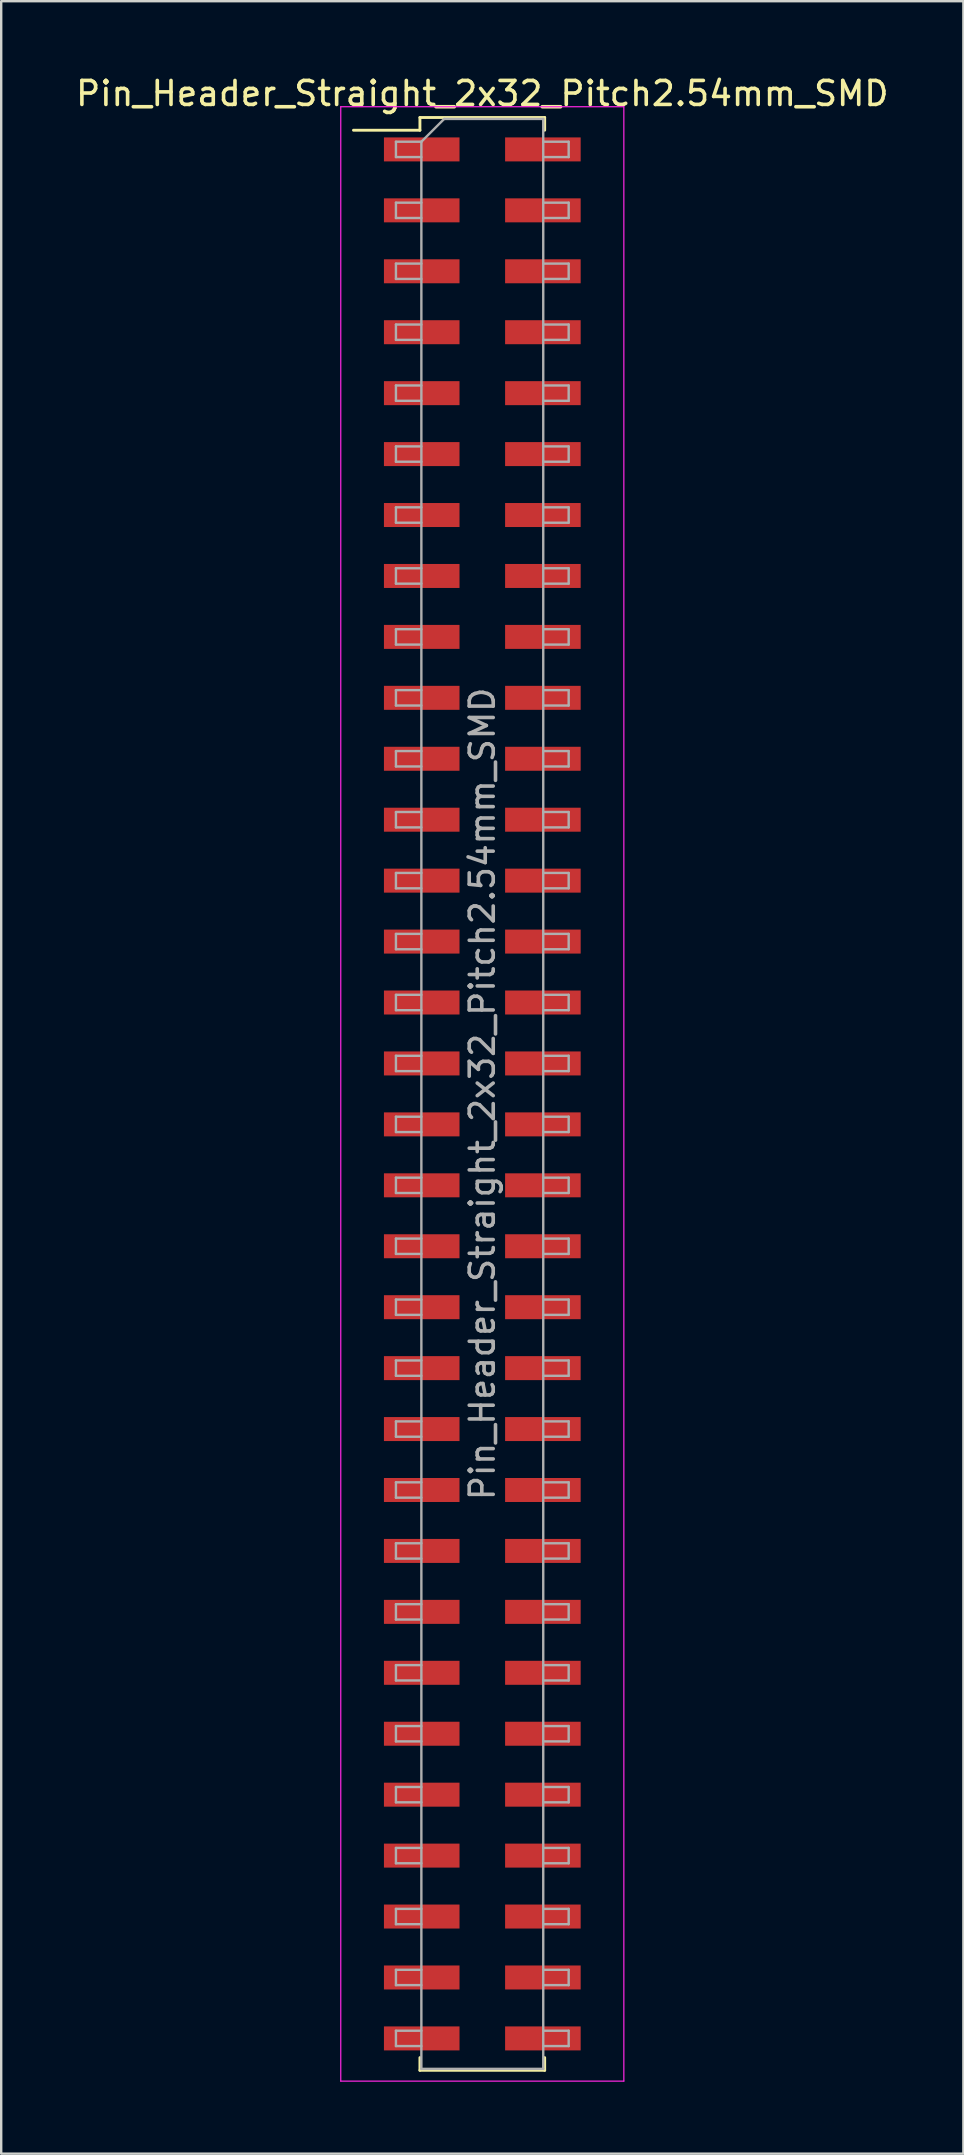
<source format=kicad_pcb>
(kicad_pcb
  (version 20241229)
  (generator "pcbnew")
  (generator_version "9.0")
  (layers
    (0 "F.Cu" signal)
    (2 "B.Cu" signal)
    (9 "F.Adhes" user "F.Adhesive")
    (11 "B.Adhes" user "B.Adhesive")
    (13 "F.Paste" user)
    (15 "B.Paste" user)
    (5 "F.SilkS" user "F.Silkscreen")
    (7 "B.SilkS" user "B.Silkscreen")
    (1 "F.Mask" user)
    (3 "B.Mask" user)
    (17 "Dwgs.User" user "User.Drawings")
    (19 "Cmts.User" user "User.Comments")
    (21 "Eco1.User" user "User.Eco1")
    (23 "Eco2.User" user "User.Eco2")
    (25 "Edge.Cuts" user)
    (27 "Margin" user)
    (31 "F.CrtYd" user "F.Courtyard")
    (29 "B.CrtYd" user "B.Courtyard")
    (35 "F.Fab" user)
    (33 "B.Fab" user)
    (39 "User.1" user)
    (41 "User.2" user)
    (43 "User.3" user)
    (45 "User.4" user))
  (footprint "Pin_Header_Straight_2x32_Pitch2.54mm_SMD"
    (layer "F.Cu")
    (at 17.054 42.548)
    (property "Reference" "Pin_Header_Straight_2x32_Pitch2.54mm_SMD" (at 0 -41.7 0) (layer "F.SilkS") (effects (font (size 1 1) (thickness 0.15))))
    (attr smd)
    (fp_line (start -5.37 -40.17) (end -2.6 -40.17) (stroke (width 0.12) (type solid)) (layer "F.SilkS"))
    (fp_line (start -2.6 -40.7) (end 2.6 -40.7) (stroke (width 0.12) (type solid)) (layer "F.SilkS"))
    (fp_line (start -2.6 -40.17) (end -2.6 -40.7) (stroke (width 0.12) (type solid)) (layer "F.SilkS"))
    (fp_line (start -2.6 40.17) (end -2.6 40.7) (stroke (width 0.12) (type solid)) (layer "F.SilkS"))
    (fp_line (start -2.6 40.7) (end 2.6 40.7) (stroke (width 0.12) (type solid)) (layer "F.SilkS"))
    (fp_line (start 2.6 -40.7) (end 2.6 -40.17) (stroke (width 0.12) (type solid)) (layer "F.SilkS"))
    (fp_line (start 2.6 40.7) (end 2.6 40.17) (stroke (width 0.12) (type solid)) (layer "F.SilkS"))
    (fp_line (start -5.9 -41.15) (end -5.9 41.15) (stroke (width 0.05) (type solid)) (layer "F.CrtYd"))
    (fp_line (start -5.9 41.15) (end 5.9 41.15) (stroke (width 0.05) (type solid)) (layer "F.CrtYd"))
    (fp_line (start 5.9 -41.15) (end -5.9 -41.15) (stroke (width 0.05) (type solid)) (layer "F.CrtYd"))
    (fp_line (start 5.9 41.15) (end 5.9 -41.15) (stroke (width 0.05) (type solid)) (layer "F.CrtYd"))
    (fp_line (start -3.6 -39.69) (end -3.6 -39.05) (stroke (width 0.1) (type solid)) (layer "F.Fab"))
    (fp_line (start -3.6 -39.05) (end -2.54 -39.05) (stroke (width 0.1) (type solid)) (layer "F.Fab"))
    (fp_line (start -3.6 -37.15) (end -3.6 -36.51) (stroke (width 0.1) (type solid)) (layer "F.Fab"))
    (fp_line (start -3.6 -36.51) (end -2.54 -36.51) (stroke (width 0.1) (type solid)) (layer "F.Fab"))
    (fp_line (start -3.6 -34.61) (end -3.6 -33.97) (stroke (width 0.1) (type solid)) (layer "F.Fab"))
    (fp_line (start -3.6 -33.97) (end -2.54 -33.97) (stroke (width 0.1) (type solid)) (layer "F.Fab"))
    (fp_line (start -3.6 -32.07) (end -3.6 -31.43) (stroke (width 0.1) (type solid)) (layer "F.Fab"))
    (fp_line (start -3.6 -31.43) (end -2.54 -31.43) (stroke (width 0.1) (type solid)) (layer "F.Fab"))
    (fp_line (start -3.6 -29.53) (end -3.6 -28.89) (stroke (width 0.1) (type solid)) (layer "F.Fab"))
    (fp_line (start -3.6 -28.89) (end -2.54 -28.89) (stroke (width 0.1) (type solid)) (layer "F.Fab"))
    (fp_line (start -3.6 -26.99) (end -3.6 -26.35) (stroke (width 0.1) (type solid)) (layer "F.Fab"))
    (fp_line (start -3.6 -26.35) (end -2.54 -26.35) (stroke (width 0.1) (type solid)) (layer "F.Fab"))
    (fp_line (start -3.6 -24.45) (end -3.6 -23.81) (stroke (width 0.1) (type solid)) (layer "F.Fab"))
    (fp_line (start -3.6 -23.81) (end -2.54 -23.81) (stroke (width 0.1) (type solid)) (layer "F.Fab"))
    (fp_line (start -3.6 -21.91) (end -3.6 -21.27) (stroke (width 0.1) (type solid)) (layer "F.Fab"))
    (fp_line (start -3.6 -21.27) (end -2.54 -21.27) (stroke (width 0.1) (type solid)) (layer "F.Fab"))
    (fp_line (start -3.6 -19.37) (end -3.6 -18.73) (stroke (width 0.1) (type solid)) (layer "F.Fab"))
    (fp_line (start -3.6 -18.73) (end -2.54 -18.73) (stroke (width 0.1) (type solid)) (layer "F.Fab"))
    (fp_line (start -3.6 -16.83) (end -3.6 -16.19) (stroke (width 0.1) (type solid)) (layer "F.Fab"))
    (fp_line (start -3.6 -16.19) (end -2.54 -16.19) (stroke (width 0.1) (type solid)) (layer "F.Fab"))
    (fp_line (start -3.6 -14.29) (end -3.6 -13.65) (stroke (width 0.1) (type solid)) (layer "F.Fab"))
    (fp_line (start -3.6 -13.65) (end -2.54 -13.65) (stroke (width 0.1) (type solid)) (layer "F.Fab"))
    (fp_line (start -3.6 -11.75) (end -3.6 -11.11) (stroke (width 0.1) (type solid)) (layer "F.Fab"))
    (fp_line (start -3.6 -11.11) (end -2.54 -11.11) (stroke (width 0.1) (type solid)) (layer "F.Fab"))
    (fp_line (start -3.6 -9.21) (end -3.6 -8.57) (stroke (width 0.1) (type solid)) (layer "F.Fab"))
    (fp_line (start -3.6 -8.57) (end -2.54 -8.57) (stroke (width 0.1) (type solid)) (layer "F.Fab"))
    (fp_line (start -3.6 -6.67) (end -3.6 -6.03) (stroke (width 0.1) (type solid)) (layer "F.Fab"))
    (fp_line (start -3.6 -6.03) (end -2.54 -6.03) (stroke (width 0.1) (type solid)) (layer "F.Fab"))
    (fp_line (start -3.6 -4.13) (end -3.6 -3.49) (stroke (width 0.1) (type solid)) (layer "F.Fab"))
    (fp_line (start -3.6 -3.49) (end -2.54 -3.49) (stroke (width 0.1) (type solid)) (layer "F.Fab"))
    (fp_line (start -3.6 -1.59) (end -3.6 -0.95) (stroke (width 0.1) (type solid)) (layer "F.Fab"))
    (fp_line (start -3.6 -0.95) (end -2.54 -0.95) (stroke (width 0.1) (type solid)) (layer "F.Fab"))
    (fp_line (start -3.6 0.95) (end -3.6 1.59) (stroke (width 0.1) (type solid)) (layer "F.Fab"))
    (fp_line (start -3.6 1.59) (end -2.54 1.59) (stroke (width 0.1) (type solid)) (layer "F.Fab"))
    (fp_line (start -3.6 3.49) (end -3.6 4.13) (stroke (width 0.1) (type solid)) (layer "F.Fab"))
    (fp_line (start -3.6 4.13) (end -2.54 4.13) (stroke (width 0.1) (type solid)) (layer "F.Fab"))
    (fp_line (start -3.6 6.03) (end -3.6 6.67) (stroke (width 0.1) (type solid)) (layer "F.Fab"))
    (fp_line (start -3.6 6.67) (end -2.54 6.67) (stroke (width 0.1) (type solid)) (layer "F.Fab"))
    (fp_line (start -3.6 8.57) (end -3.6 9.21) (stroke (width 0.1) (type solid)) (layer "F.Fab"))
    (fp_line (start -3.6 9.21) (end -2.54 9.21) (stroke (width 0.1) (type solid)) (layer "F.Fab"))
    (fp_line (start -3.6 11.11) (end -3.6 11.75) (stroke (width 0.1) (type solid)) (layer "F.Fab"))
    (fp_line (start -3.6 11.75) (end -2.54 11.75) (stroke (width 0.1) (type solid)) (layer "F.Fab"))
    (fp_line (start -3.6 13.65) (end -3.6 14.29) (stroke (width 0.1) (type solid)) (layer "F.Fab"))
    (fp_line (start -3.6 14.29) (end -2.54 14.29) (stroke (width 0.1) (type solid)) (layer "F.Fab"))
    (fp_line (start -3.6 16.19) (end -3.6 16.83) (stroke (width 0.1) (type solid)) (layer "F.Fab"))
    (fp_line (start -3.6 16.83) (end -2.54 16.83) (stroke (width 0.1) (type solid)) (layer "F.Fab"))
    (fp_line (start -3.6 18.73) (end -3.6 19.37) (stroke (width 0.1) (type solid)) (layer "F.Fab"))
    (fp_line (start -3.6 19.37) (end -2.54 19.37) (stroke (width 0.1) (type solid)) (layer "F.Fab"))
    (fp_line (start -3.6 21.27) (end -3.6 21.91) (stroke (width 0.1) (type solid)) (layer "F.Fab"))
    (fp_line (start -3.6 21.91) (end -2.54 21.91) (stroke (width 0.1) (type solid)) (layer "F.Fab"))
    (fp_line (start -3.6 23.81) (end -3.6 24.45) (stroke (width 0.1) (type solid)) (layer "F.Fab"))
    (fp_line (start -3.6 24.45) (end -2.54 24.45) (stroke (width 0.1) (type solid)) (layer "F.Fab"))
    (fp_line (start -3.6 26.35) (end -3.6 26.99) (stroke (width 0.1) (type solid)) (layer "F.Fab"))
    (fp_line (start -3.6 26.99) (end -2.54 26.99) (stroke (width 0.1) (type solid)) (layer "F.Fab"))
    (fp_line (start -3.6 28.89) (end -3.6 29.53) (stroke (width 0.1) (type solid)) (layer "F.Fab"))
    (fp_line (start -3.6 29.53) (end -2.54 29.53) (stroke (width 0.1) (type solid)) (layer "F.Fab"))
    (fp_line (start -3.6 31.43) (end -3.6 32.07) (stroke (width 0.1) (type solid)) (layer "F.Fab"))
    (fp_line (start -3.6 32.07) (end -2.54 32.07) (stroke (width 0.1) (type solid)) (layer "F.Fab"))
    (fp_line (start -3.6 33.97) (end -3.6 34.61) (stroke (width 0.1) (type solid)) (layer "F.Fab"))
    (fp_line (start -3.6 34.61) (end -2.54 34.61) (stroke (width 0.1) (type solid)) (layer "F.Fab"))
    (fp_line (start -3.6 36.51) (end -3.6 37.15) (stroke (width 0.1) (type solid)) (layer "F.Fab"))
    (fp_line (start -3.6 37.15) (end -2.54 37.15) (stroke (width 0.1) (type solid)) (layer "F.Fab"))
    (fp_line (start -3.6 39.05) (end -3.6 39.69) (stroke (width 0.1) (type solid)) (layer "F.Fab"))
    (fp_line (start -3.6 39.69) (end -2.54 39.69) (stroke (width 0.1) (type solid)) (layer "F.Fab"))
    (fp_line (start -2.54 -39.69) (end -3.6 -39.69) (stroke (width 0.1) (type solid)) (layer "F.Fab"))
    (fp_line (start -2.54 -39.69) (end -1.59 -40.64) (stroke (width 0.1) (type solid)) (layer "F.Fab"))
    (fp_line (start -2.54 -37.15) (end -3.6 -37.15) (stroke (width 0.1) (type solid)) (layer "F.Fab"))
    (fp_line (start -2.54 -34.61) (end -3.6 -34.61) (stroke (width 0.1) (type solid)) (layer "F.Fab"))
    (fp_line (start -2.54 -32.07) (end -3.6 -32.07) (stroke (width 0.1) (type solid)) (layer "F.Fab"))
    (fp_line (start -2.54 -29.53) (end -3.6 -29.53) (stroke (width 0.1) (type solid)) (layer "F.Fab"))
    (fp_line (start -2.54 -26.99) (end -3.6 -26.99) (stroke (width 0.1) (type solid)) (layer "F.Fab"))
    (fp_line (start -2.54 -24.45) (end -3.6 -24.45) (stroke (width 0.1) (type solid)) (layer "F.Fab"))
    (fp_line (start -2.54 -21.91) (end -3.6 -21.91) (stroke (width 0.1) (type solid)) (layer "F.Fab"))
    (fp_line (start -2.54 -19.37) (end -3.6 -19.37) (stroke (width 0.1) (type solid)) (layer "F.Fab"))
    (fp_line (start -2.54 -16.83) (end -3.6 -16.83) (stroke (width 0.1) (type solid)) (layer "F.Fab"))
    (fp_line (start -2.54 -14.29) (end -3.6 -14.29) (stroke (width 0.1) (type solid)) (layer "F.Fab"))
    (fp_line (start -2.54 -11.75) (end -3.6 -11.75) (stroke (width 0.1) (type solid)) (layer "F.Fab"))
    (fp_line (start -2.54 -9.21) (end -3.6 -9.21) (stroke (width 0.1) (type solid)) (layer "F.Fab"))
    (fp_line (start -2.54 -6.67) (end -3.6 -6.67) (stroke (width 0.1) (type solid)) (layer "F.Fab"))
    (fp_line (start -2.54 -4.13) (end -3.6 -4.13) (stroke (width 0.1) (type solid)) (layer "F.Fab"))
    (fp_line (start -2.54 -1.59) (end -3.6 -1.59) (stroke (width 0.1) (type solid)) (layer "F.Fab"))
    (fp_line (start -2.54 0.95) (end -3.6 0.95) (stroke (width 0.1) (type solid)) (layer "F.Fab"))
    (fp_line (start -2.54 3.49) (end -3.6 3.49) (stroke (width 0.1) (type solid)) (layer "F.Fab"))
    (fp_line (start -2.54 6.03) (end -3.6 6.03) (stroke (width 0.1) (type solid)) (layer "F.Fab"))
    (fp_line (start -2.54 8.57) (end -3.6 8.57) (stroke (width 0.1) (type solid)) (layer "F.Fab"))
    (fp_line (start -2.54 11.11) (end -3.6 11.11) (stroke (width 0.1) (type solid)) (layer "F.Fab"))
    (fp_line (start -2.54 13.65) (end -3.6 13.65) (stroke (width 0.1) (type solid)) (layer "F.Fab"))
    (fp_line (start -2.54 16.19) (end -3.6 16.19) (stroke (width 0.1) (type solid)) (layer "F.Fab"))
    (fp_line (start -2.54 18.73) (end -3.6 18.73) (stroke (width 0.1) (type solid)) (layer "F.Fab"))
    (fp_line (start -2.54 21.27) (end -3.6 21.27) (stroke (width 0.1) (type solid)) (layer "F.Fab"))
    (fp_line (start -2.54 23.81) (end -3.6 23.81) (stroke (width 0.1) (type solid)) (layer "F.Fab"))
    (fp_line (start -2.54 26.35) (end -3.6 26.35) (stroke (width 0.1) (type solid)) (layer "F.Fab"))
    (fp_line (start -2.54 28.89) (end -3.6 28.89) (stroke (width 0.1) (type solid)) (layer "F.Fab"))
    (fp_line (start -2.54 31.43) (end -3.6 31.43) (stroke (width 0.1) (type solid)) (layer "F.Fab"))
    (fp_line (start -2.54 33.97) (end -3.6 33.97) (stroke (width 0.1) (type solid)) (layer "F.Fab"))
    (fp_line (start -2.54 36.51) (end -3.6 36.51) (stroke (width 0.1) (type solid)) (layer "F.Fab"))
    (fp_line (start -2.54 39.05) (end -3.6 39.05) (stroke (width 0.1) (type solid)) (layer "F.Fab"))
    (fp_line (start -2.54 40.64) (end -2.54 -39.69) (stroke (width 0.1) (type solid)) (layer "F.Fab"))
    (fp_line (start -1.59 -40.64) (end 2.54 -40.64) (stroke (width 0.1) (type solid)) (layer "F.Fab"))
    (fp_line (start 2.54 -40.64) (end 2.54 40.64) (stroke (width 0.1) (type solid)) (layer "F.Fab"))
    (fp_line (start 2.54 -39.69) (end 3.6 -39.69) (stroke (width 0.1) (type solid)) (layer "F.Fab"))
    (fp_line (start 2.54 -37.15) (end 3.6 -37.15) (stroke (width 0.1) (type solid)) (layer "F.Fab"))
    (fp_line (start 2.54 -34.61) (end 3.6 -34.61) (stroke (width 0.1) (type solid)) (layer "F.Fab"))
    (fp_line (start 2.54 -32.07) (end 3.6 -32.07) (stroke (width 0.1) (type solid)) (layer "F.Fab"))
    (fp_line (start 2.54 -29.53) (end 3.6 -29.53) (stroke (width 0.1) (type solid)) (layer "F.Fab"))
    (fp_line (start 2.54 -26.99) (end 3.6 -26.99) (stroke (width 0.1) (type solid)) (layer "F.Fab"))
    (fp_line (start 2.54 -24.45) (end 3.6 -24.45) (stroke (width 0.1) (type solid)) (layer "F.Fab"))
    (fp_line (start 2.54 -21.91) (end 3.6 -21.91) (stroke (width 0.1) (type solid)) (layer "F.Fab"))
    (fp_line (start 2.54 -19.37) (end 3.6 -19.37) (stroke (width 0.1) (type solid)) (layer "F.Fab"))
    (fp_line (start 2.54 -16.83) (end 3.6 -16.83) (stroke (width 0.1) (type solid)) (layer "F.Fab"))
    (fp_line (start 2.54 -14.29) (end 3.6 -14.29) (stroke (width 0.1) (type solid)) (layer "F.Fab"))
    (fp_line (start 2.54 -11.75) (end 3.6 -11.75) (stroke (width 0.1) (type solid)) (layer "F.Fab"))
    (fp_line (start 2.54 -9.21) (end 3.6 -9.21) (stroke (width 0.1) (type solid)) (layer "F.Fab"))
    (fp_line (start 2.54 -6.67) (end 3.6 -6.67) (stroke (width 0.1) (type solid)) (layer "F.Fab"))
    (fp_line (start 2.54 -4.13) (end 3.6 -4.13) (stroke (width 0.1) (type solid)) (layer "F.Fab"))
    (fp_line (start 2.54 -1.59) (end 3.6 -1.59) (stroke (width 0.1) (type solid)) (layer "F.Fab"))
    (fp_line (start 2.54 0.95) (end 3.6 0.95) (stroke (width 0.1) (type solid)) (layer "F.Fab"))
    (fp_line (start 2.54 3.49) (end 3.6 3.49) (stroke (width 0.1) (type solid)) (layer "F.Fab"))
    (fp_line (start 2.54 6.03) (end 3.6 6.03) (stroke (width 0.1) (type solid)) (layer "F.Fab"))
    (fp_line (start 2.54 8.57) (end 3.6 8.57) (stroke (width 0.1) (type solid)) (layer "F.Fab"))
    (fp_line (start 2.54 11.11) (end 3.6 11.11) (stroke (width 0.1) (type solid)) (layer "F.Fab"))
    (fp_line (start 2.54 13.65) (end 3.6 13.65) (stroke (width 0.1) (type solid)) (layer "F.Fab"))
    (fp_line (start 2.54 16.19) (end 3.6 16.19) (stroke (width 0.1) (type solid)) (layer "F.Fab"))
    (fp_line (start 2.54 18.73) (end 3.6 18.73) (stroke (width 0.1) (type solid)) (layer "F.Fab"))
    (fp_line (start 2.54 21.27) (end 3.6 21.27) (stroke (width 0.1) (type solid)) (layer "F.Fab"))
    (fp_line (start 2.54 23.81) (end 3.6 23.81) (stroke (width 0.1) (type solid)) (layer "F.Fab"))
    (fp_line (start 2.54 26.35) (end 3.6 26.35) (stroke (width 0.1) (type solid)) (layer "F.Fab"))
    (fp_line (start 2.54 28.89) (end 3.6 28.89) (stroke (width 0.1) (type solid)) (layer "F.Fab"))
    (fp_line (start 2.54 31.43) (end 3.6 31.43) (stroke (width 0.1) (type solid)) (layer "F.Fab"))
    (fp_line (start 2.54 33.97) (end 3.6 33.97) (stroke (width 0.1) (type solid)) (layer "F.Fab"))
    (fp_line (start 2.54 36.51) (end 3.6 36.51) (stroke (width 0.1) (type solid)) (layer "F.Fab"))
    (fp_line (start 2.54 39.05) (end 3.6 39.05) (stroke (width 0.1) (type solid)) (layer "F.Fab"))
    (fp_line (start 2.54 40.64) (end -2.54 40.64) (stroke (width 0.1) (type solid)) (layer "F.Fab"))
    (fp_line (start 3.6 -39.69) (end 3.6 -39.05) (stroke (width 0.1) (type solid)) (layer "F.Fab"))
    (fp_line (start 3.6 -39.05) (end 2.54 -39.05) (stroke (width 0.1) (type solid)) (layer "F.Fab"))
    (fp_line (start 3.6 -37.15) (end 3.6 -36.51) (stroke (width 0.1) (type solid)) (layer "F.Fab"))
    (fp_line (start 3.6 -36.51) (end 2.54 -36.51) (stroke (width 0.1) (type solid)) (layer "F.Fab"))
    (fp_line (start 3.6 -34.61) (end 3.6 -33.97) (stroke (width 0.1) (type solid)) (layer "F.Fab"))
    (fp_line (start 3.6 -33.97) (end 2.54 -33.97) (stroke (width 0.1) (type solid)) (layer "F.Fab"))
    (fp_line (start 3.6 -32.07) (end 3.6 -31.43) (stroke (width 0.1) (type solid)) (layer "F.Fab"))
    (fp_line (start 3.6 -31.43) (end 2.54 -31.43) (stroke (width 0.1) (type solid)) (layer "F.Fab"))
    (fp_line (start 3.6 -29.53) (end 3.6 -28.89) (stroke (width 0.1) (type solid)) (layer "F.Fab"))
    (fp_line (start 3.6 -28.89) (end 2.54 -28.89) (stroke (width 0.1) (type solid)) (layer "F.Fab"))
    (fp_line (start 3.6 -26.99) (end 3.6 -26.35) (stroke (width 0.1) (type solid)) (layer "F.Fab"))
    (fp_line (start 3.6 -26.35) (end 2.54 -26.35) (stroke (width 0.1) (type solid)) (layer "F.Fab"))
    (fp_line (start 3.6 -24.45) (end 3.6 -23.81) (stroke (width 0.1) (type solid)) (layer "F.Fab"))
    (fp_line (start 3.6 -23.81) (end 2.54 -23.81) (stroke (width 0.1) (type solid)) (layer "F.Fab"))
    (fp_line (start 3.6 -21.91) (end 3.6 -21.27) (stroke (width 0.1) (type solid)) (layer "F.Fab"))
    (fp_line (start 3.6 -21.27) (end 2.54 -21.27) (stroke (width 0.1) (type solid)) (layer "F.Fab"))
    (fp_line (start 3.6 -19.37) (end 3.6 -18.73) (stroke (width 0.1) (type solid)) (layer "F.Fab"))
    (fp_line (start 3.6 -18.73) (end 2.54 -18.73) (stroke (width 0.1) (type solid)) (layer "F.Fab"))
    (fp_line (start 3.6 -16.83) (end 3.6 -16.19) (stroke (width 0.1) (type solid)) (layer "F.Fab"))
    (fp_line (start 3.6 -16.19) (end 2.54 -16.19) (stroke (width 0.1) (type solid)) (layer "F.Fab"))
    (fp_line (start 3.6 -14.29) (end 3.6 -13.65) (stroke (width 0.1) (type solid)) (layer "F.Fab"))
    (fp_line (start 3.6 -13.65) (end 2.54 -13.65) (stroke (width 0.1) (type solid)) (layer "F.Fab"))
    (fp_line (start 3.6 -11.75) (end 3.6 -11.11) (stroke (width 0.1) (type solid)) (layer "F.Fab"))
    (fp_line (start 3.6 -11.11) (end 2.54 -11.11) (stroke (width 0.1) (type solid)) (layer "F.Fab"))
    (fp_line (start 3.6 -9.21) (end 3.6 -8.57) (stroke (width 0.1) (type solid)) (layer "F.Fab"))
    (fp_line (start 3.6 -8.57) (end 2.54 -8.57) (stroke (width 0.1) (type solid)) (layer "F.Fab"))
    (fp_line (start 3.6 -6.67) (end 3.6 -6.03) (stroke (width 0.1) (type solid)) (layer "F.Fab"))
    (fp_line (start 3.6 -6.03) (end 2.54 -6.03) (stroke (width 0.1) (type solid)) (layer "F.Fab"))
    (fp_line (start 3.6 -4.13) (end 3.6 -3.49) (stroke (width 0.1) (type solid)) (layer "F.Fab"))
    (fp_line (start 3.6 -3.49) (end 2.54 -3.49) (stroke (width 0.1) (type solid)) (layer "F.Fab"))
    (fp_line (start 3.6 -1.59) (end 3.6 -0.95) (stroke (width 0.1) (type solid)) (layer "F.Fab"))
    (fp_line (start 3.6 -0.95) (end 2.54 -0.95) (stroke (width 0.1) (type solid)) (layer "F.Fab"))
    (fp_line (start 3.6 0.95) (end 3.6 1.59) (stroke (width 0.1) (type solid)) (layer "F.Fab"))
    (fp_line (start 3.6 1.59) (end 2.54 1.59) (stroke (width 0.1) (type solid)) (layer "F.Fab"))
    (fp_line (start 3.6 3.49) (end 3.6 4.13) (stroke (width 0.1) (type solid)) (layer "F.Fab"))
    (fp_line (start 3.6 4.13) (end 2.54 4.13) (stroke (width 0.1) (type solid)) (layer "F.Fab"))
    (fp_line (start 3.6 6.03) (end 3.6 6.67) (stroke (width 0.1) (type solid)) (layer "F.Fab"))
    (fp_line (start 3.6 6.67) (end 2.54 6.67) (stroke (width 0.1) (type solid)) (layer "F.Fab"))
    (fp_line (start 3.6 8.57) (end 3.6 9.21) (stroke (width 0.1) (type solid)) (layer "F.Fab"))
    (fp_line (start 3.6 9.21) (end 2.54 9.21) (stroke (width 0.1) (type solid)) (layer "F.Fab"))
    (fp_line (start 3.6 11.11) (end 3.6 11.75) (stroke (width 0.1) (type solid)) (layer "F.Fab"))
    (fp_line (start 3.6 11.75) (end 2.54 11.75) (stroke (width 0.1) (type solid)) (layer "F.Fab"))
    (fp_line (start 3.6 13.65) (end 3.6 14.29) (stroke (width 0.1) (type solid)) (layer "F.Fab"))
    (fp_line (start 3.6 14.29) (end 2.54 14.29) (stroke (width 0.1) (type solid)) (layer "F.Fab"))
    (fp_line (start 3.6 16.19) (end 3.6 16.83) (stroke (width 0.1) (type solid)) (layer "F.Fab"))
    (fp_line (start 3.6 16.83) (end 2.54 16.83) (stroke (width 0.1) (type solid)) (layer "F.Fab"))
    (fp_line (start 3.6 18.73) (end 3.6 19.37) (stroke (width 0.1) (type solid)) (layer "F.Fab"))
    (fp_line (start 3.6 19.37) (end 2.54 19.37) (stroke (width 0.1) (type solid)) (layer "F.Fab"))
    (fp_line (start 3.6 21.27) (end 3.6 21.91) (stroke (width 0.1) (type solid)) (layer "F.Fab"))
    (fp_line (start 3.6 21.91) (end 2.54 21.91) (stroke (width 0.1) (type solid)) (layer "F.Fab"))
    (fp_line (start 3.6 23.81) (end 3.6 24.45) (stroke (width 0.1) (type solid)) (layer "F.Fab"))
    (fp_line (start 3.6 24.45) (end 2.54 24.45) (stroke (width 0.1) (type solid)) (layer "F.Fab"))
    (fp_line (start 3.6 26.35) (end 3.6 26.99) (stroke (width 0.1) (type solid)) (layer "F.Fab"))
    (fp_line (start 3.6 26.99) (end 2.54 26.99) (stroke (width 0.1) (type solid)) (layer "F.Fab"))
    (fp_line (start 3.6 28.89) (end 3.6 29.53) (stroke (width 0.1) (type solid)) (layer "F.Fab"))
    (fp_line (start 3.6 29.53) (end 2.54 29.53) (stroke (width 0.1) (type solid)) (layer "F.Fab"))
    (fp_line (start 3.6 31.43) (end 3.6 32.07) (stroke (width 0.1) (type solid)) (layer "F.Fab"))
    (fp_line (start 3.6 32.07) (end 2.54 32.07) (stroke (width 0.1) (type solid)) (layer "F.Fab"))
    (fp_line (start 3.6 33.97) (end 3.6 34.61) (stroke (width 0.1) (type solid)) (layer "F.Fab"))
    (fp_line (start 3.6 34.61) (end 2.54 34.61) (stroke (width 0.1) (type solid)) (layer "F.Fab"))
    (fp_line (start 3.6 36.51) (end 3.6 37.15) (stroke (width 0.1) (type solid)) (layer "F.Fab"))
    (fp_line (start 3.6 37.15) (end 2.54 37.15) (stroke (width 0.1) (type solid)) (layer "F.Fab"))
    (fp_line (start 3.6 39.05) (end 3.6 39.69) (stroke (width 0.1) (type solid)) (layer "F.Fab"))
    (fp_line (start 3.6 39.69) (end 2.54 39.69) (stroke (width 0.1) (type solid)) (layer "F.Fab"))
    (fp_text user "${REFERENCE}" (at 0 0 90) (layer "F.Fab") (effects (font (size 1 1) (thickness 0.15))))
    (pad "1" smd rect (at -2.525 -39.37) (size 3.15 1) (layers "F.Cu" "F.Mask" "F.Paste"))
    (pad "2" smd rect (at 2.525 -39.37) (size 3.15 1) (layers "F.Cu" "F.Mask" "F.Paste"))
    (pad "3" smd rect (at -2.525 -36.83) (size 3.15 1) (layers "F.Cu" "F.Mask" "F.Paste"))
    (pad "4" smd rect (at 2.525 -36.83) (size 3.15 1) (layers "F.Cu" "F.Mask" "F.Paste"))
    (pad "5" smd rect (at -2.525 -34.29) (size 3.15 1) (layers "F.Cu" "F.Mask" "F.Paste"))
    (pad "6" smd rect (at 2.525 -34.29) (size 3.15 1) (layers "F.Cu" "F.Mask" "F.Paste"))
    (pad "7" smd rect (at -2.525 -31.75) (size 3.15 1) (layers "F.Cu" "F.Mask" "F.Paste"))
    (pad "8" smd rect (at 2.525 -31.75) (size 3.15 1) (layers "F.Cu" "F.Mask" "F.Paste"))
    (pad "9" smd rect (at -2.525 -29.21) (size 3.15 1) (layers "F.Cu" "F.Mask" "F.Paste"))
    (pad "10" smd rect (at 2.525 -29.21) (size 3.15 1) (layers "F.Cu" "F.Mask" "F.Paste"))
    (pad "11" smd rect (at -2.525 -26.67) (size 3.15 1) (layers "F.Cu" "F.Mask" "F.Paste"))
    (pad "12" smd rect (at 2.525 -26.67) (size 3.15 1) (layers "F.Cu" "F.Mask" "F.Paste"))
    (pad "13" smd rect (at -2.525 -24.13) (size 3.15 1) (layers "F.Cu" "F.Mask" "F.Paste"))
    (pad "14" smd rect (at 2.525 -24.13) (size 3.15 1) (layers "F.Cu" "F.Mask" "F.Paste"))
    (pad "15" smd rect (at -2.525 -21.59) (size 3.15 1) (layers "F.Cu" "F.Mask" "F.Paste"))
    (pad "16" smd rect (at 2.525 -21.59) (size 3.15 1) (layers "F.Cu" "F.Mask" "F.Paste"))
    (pad "17" smd rect (at -2.525 -19.05) (size 3.15 1) (layers "F.Cu" "F.Mask" "F.Paste"))
    (pad "18" smd rect (at 2.525 -19.05) (size 3.15 1) (layers "F.Cu" "F.Mask" "F.Paste"))
    (pad "19" smd rect (at -2.525 -16.51) (size 3.15 1) (layers "F.Cu" "F.Mask" "F.Paste"))
    (pad "20" smd rect (at 2.525 -16.51) (size 3.15 1) (layers "F.Cu" "F.Mask" "F.Paste"))
    (pad "21" smd rect (at -2.525 -13.97) (size 3.15 1) (layers "F.Cu" "F.Mask" "F.Paste"))
    (pad "22" smd rect (at 2.525 -13.97) (size 3.15 1) (layers "F.Cu" "F.Mask" "F.Paste"))
    (pad "23" smd rect (at -2.525 -11.43) (size 3.15 1) (layers "F.Cu" "F.Mask" "F.Paste"))
    (pad "24" smd rect (at 2.525 -11.43) (size 3.15 1) (layers "F.Cu" "F.Mask" "F.Paste"))
    (pad "25" smd rect (at -2.525 -8.89) (size 3.15 1) (layers "F.Cu" "F.Mask" "F.Paste"))
    (pad "26" smd rect (at 2.525 -8.89) (size 3.15 1) (layers "F.Cu" "F.Mask" "F.Paste"))
    (pad "27" smd rect (at -2.525 -6.35) (size 3.15 1) (layers "F.Cu" "F.Mask" "F.Paste"))
    (pad "28" smd rect (at 2.525 -6.35) (size 3.15 1) (layers "F.Cu" "F.Mask" "F.Paste"))
    (pad "29" smd rect (at -2.525 -3.81) (size 3.15 1) (layers "F.Cu" "F.Mask" "F.Paste"))
    (pad "30" smd rect (at 2.525 -3.81) (size 3.15 1) (layers "F.Cu" "F.Mask" "F.Paste"))
    (pad "31" smd rect (at -2.525 -1.27) (size 3.15 1) (layers "F.Cu" "F.Mask" "F.Paste"))
    (pad "32" smd rect (at 2.525 -1.27) (size 3.15 1) (layers "F.Cu" "F.Mask" "F.Paste"))
    (pad "33" smd rect (at -2.525 1.27) (size 3.15 1) (layers "F.Cu" "F.Mask" "F.Paste"))
    (pad "34" smd rect (at 2.525 1.27) (size 3.15 1) (layers "F.Cu" "F.Mask" "F.Paste"))
    (pad "35" smd rect (at -2.525 3.81) (size 3.15 1) (layers "F.Cu" "F.Mask" "F.Paste"))
    (pad "36" smd rect (at 2.525 3.81) (size 3.15 1) (layers "F.Cu" "F.Mask" "F.Paste"))
    (pad "37" smd rect (at -2.525 6.35) (size 3.15 1) (layers "F.Cu" "F.Mask" "F.Paste"))
    (pad "38" smd rect (at 2.525 6.35) (size 3.15 1) (layers "F.Cu" "F.Mask" "F.Paste"))
    (pad "39" smd rect (at -2.525 8.89) (size 3.15 1) (layers "F.Cu" "F.Mask" "F.Paste"))
    (pad "40" smd rect (at 2.525 8.89) (size 3.15 1) (layers "F.Cu" "F.Mask" "F.Paste"))
    (pad "41" smd rect (at -2.525 11.43) (size 3.15 1) (layers "F.Cu" "F.Mask" "F.Paste"))
    (pad "42" smd rect (at 2.525 11.43) (size 3.15 1) (layers "F.Cu" "F.Mask" "F.Paste"))
    (pad "43" smd rect (at -2.525 13.97) (size 3.15 1) (layers "F.Cu" "F.Mask" "F.Paste"))
    (pad "44" smd rect (at 2.525 13.97) (size 3.15 1) (layers "F.Cu" "F.Mask" "F.Paste"))
    (pad "45" smd rect (at -2.525 16.51) (size 3.15 1) (layers "F.Cu" "F.Mask" "F.Paste"))
    (pad "46" smd rect (at 2.525 16.51) (size 3.15 1) (layers "F.Cu" "F.Mask" "F.Paste"))
    (pad "47" smd rect (at -2.525 19.05) (size 3.15 1) (layers "F.Cu" "F.Mask" "F.Paste"))
    (pad "48" smd rect (at 2.525 19.05) (size 3.15 1) (layers "F.Cu" "F.Mask" "F.Paste"))
    (pad "49" smd rect (at -2.525 21.59) (size 3.15 1) (layers "F.Cu" "F.Mask" "F.Paste"))
    (pad "50" smd rect (at 2.525 21.59) (size 3.15 1) (layers "F.Cu" "F.Mask" "F.Paste"))
    (pad "51" smd rect (at -2.525 24.13) (size 3.15 1) (layers "F.Cu" "F.Mask" "F.Paste"))
    (pad "52" smd rect (at 2.525 24.13) (size 3.15 1) (layers "F.Cu" "F.Mask" "F.Paste"))
    (pad "53" smd rect (at -2.525 26.67) (size 3.15 1) (layers "F.Cu" "F.Mask" "F.Paste"))
    (pad "54" smd rect (at 2.525 26.67) (size 3.15 1) (layers "F.Cu" "F.Mask" "F.Paste"))
    (pad "55" smd rect (at -2.525 29.21) (size 3.15 1) (layers "F.Cu" "F.Mask" "F.Paste"))
    (pad "56" smd rect (at 2.525 29.21) (size 3.15 1) (layers "F.Cu" "F.Mask" "F.Paste"))
    (pad "57" smd rect (at -2.525 31.75) (size 3.15 1) (layers "F.Cu" "F.Mask" "F.Paste"))
    (pad "58" smd rect (at 2.525 31.75) (size 3.15 1) (layers "F.Cu" "F.Mask" "F.Paste"))
    (pad "59" smd rect (at -2.525 34.29) (size 3.15 1) (layers "F.Cu" "F.Mask" "F.Paste"))
    (pad "60" smd rect (at 2.525 34.29) (size 3.15 1) (layers "F.Cu" "F.Mask" "F.Paste"))
    (pad "61" smd rect (at -2.525 36.83) (size 3.15 1) (layers "F.Cu" "F.Mask" "F.Paste"))
    (pad "62" smd rect (at 2.525 36.83) (size 3.15 1) (layers "F.Cu" "F.Mask" "F.Paste"))
    (pad "63" smd rect (at -2.525 39.37) (size 3.15 1) (layers "F.Cu" "F.Mask" "F.Paste"))
    (pad "64" smd rect (at 2.525 39.37) (size 3.15 1) (layers "F.Cu" "F.Mask" "F.Paste")))
  (gr_rect
    (start -3 -3)
    (end 37.107 86.723)
    (stroke (width 0.1) (type default))
    (fill no)
    (layer "Edge.Cuts")))
</source>
